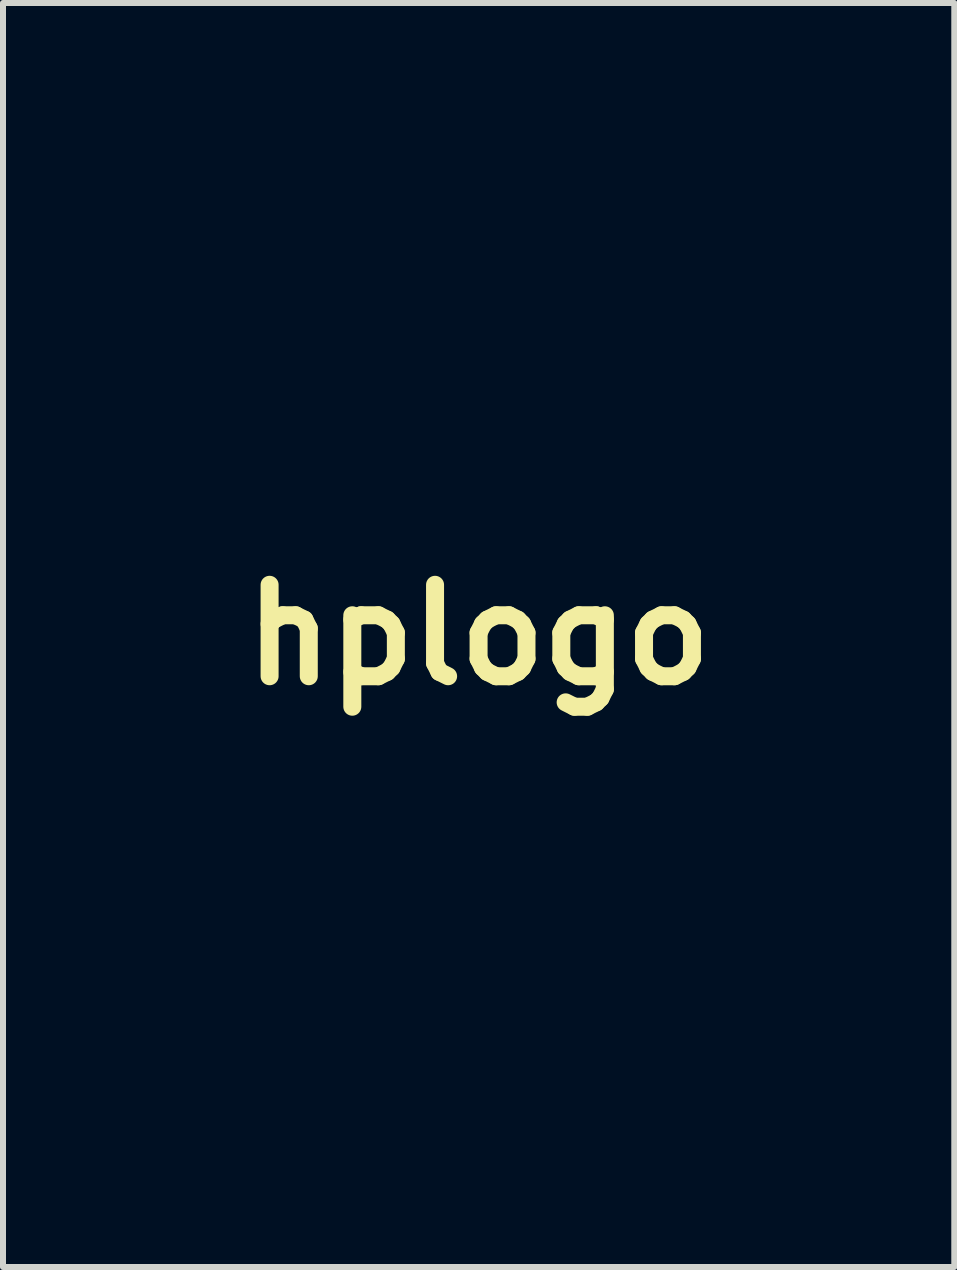
<source format=kicad_pcb>
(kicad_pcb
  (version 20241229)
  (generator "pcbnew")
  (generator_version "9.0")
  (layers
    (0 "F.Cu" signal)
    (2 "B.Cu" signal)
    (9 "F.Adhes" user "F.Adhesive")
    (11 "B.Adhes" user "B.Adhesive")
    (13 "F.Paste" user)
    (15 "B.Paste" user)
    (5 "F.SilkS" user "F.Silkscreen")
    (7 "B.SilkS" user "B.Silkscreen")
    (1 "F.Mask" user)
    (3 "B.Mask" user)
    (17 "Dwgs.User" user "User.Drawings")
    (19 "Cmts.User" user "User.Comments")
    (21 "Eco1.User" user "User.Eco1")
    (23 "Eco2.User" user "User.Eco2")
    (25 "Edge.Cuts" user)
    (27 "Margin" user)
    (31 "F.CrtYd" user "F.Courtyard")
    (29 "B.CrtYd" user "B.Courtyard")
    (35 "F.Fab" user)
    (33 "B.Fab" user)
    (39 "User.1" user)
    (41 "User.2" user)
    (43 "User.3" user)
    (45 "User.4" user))
  (footprint "hplogo"
    (layer "F.Cu")
    (at 4.927 7.532)
    (property "Reference" "hplogo" (at 0 0 0) (layer "F.SilkS") (effects (font (size 1.524 1.524) (thickness 0.3))))
    (attr board_only exclude_from_pos_files exclude_from_bom)
    (fp_poly (pts (xy -0.377 -7.532) (xy -0.378 -7.524) (xy -0.382 -7.5) (xy -0.388 -7.461) (xy -0.396 -7.408) (xy -0.407 -7.343) (xy -0.42 -7.265) (xy -0.435 -7.176) (xy -0.452 -7.077) (xy -0.471 -6.968) (xy -0.491 -6.851) (xy -0.512 -6.726) (xy -0.535 -6.594) (xy -0.558 -6.456) (xy -0.583 -6.313) (xy -0.603 -6.2) (xy -0.628 -6.054) (xy -0.652 -5.912) (xy -0.676 -5.776) (xy -0.698 -5.645) (xy -0.72 -5.522) (xy -0.739 -5.407) (xy -0.758 -5.301) (xy -0.774 -5.204) (xy -0.789 -5.118) (xy -0.801 -5.043) (xy -0.812 -4.98) (xy -0.82 -4.931) (xy -0.826 -4.896) (xy -0.829 -4.875) (xy -0.83 -4.871) (xy -0.821 -4.871) (xy -0.801 -4.873) (xy -0.783 -4.876) (xy -0.673 -4.893) (xy -0.55 -4.908) (xy -0.418 -4.919) (xy -0.278 -4.928) (xy -0.135 -4.933) (xy 0.008 -4.935) (xy 0.149 -4.934) (xy 0.283 -4.93) (xy 0.397 -4.922) (xy 0.68 -4.891) (xy 0.958 -4.845) (xy 1.233 -4.782) (xy 1.505 -4.703) (xy 1.775 -4.608) (xy 1.887 -4.563) (xy 1.948 -4.537) (xy 2.02 -4.504) (xy 2.099 -4.466) (xy 2.181 -4.426) (xy 2.265 -4.384) (xy 2.345 -4.342) (xy 2.418 -4.303) (xy 2.481 -4.267) (xy 2.508 -4.251) (xy 2.685 -4.141) (xy 2.85 -4.028) (xy 3.007 -3.912) (xy 3.159 -3.788) (xy 3.309 -3.654) (xy 3.462 -3.507) (xy 3.475 -3.493) (xy 3.562 -3.406) (xy 3.639 -3.325) (xy 3.708 -3.249) (xy 3.773 -3.174) (xy 3.837 -3.097) (xy 3.902 -3.013) (xy 3.938 -2.966) (xy 4.102 -2.734) (xy 4.252 -2.495) (xy 4.387 -2.248) (xy 4.508 -1.995) (xy 4.613 -1.735) (xy 4.704 -1.47) (xy 4.78 -1.201) (xy 4.841 -0.928) (xy 4.886 -0.651) (xy 4.915 -0.372) (xy 4.929 -0.091) (xy 4.927 0.191) (xy 4.909 0.474) (xy 4.874 0.756) (xy 4.837 0.971) (xy 4.774 1.249) (xy 4.695 1.522) (xy 4.601 1.789) (xy 4.492 2.049) (xy 4.369 2.303) (xy 4.231 2.55) (xy 4.079 2.788) (xy 3.914 3.018) (xy 3.736 3.238) (xy 3.545 3.448) (xy 3.342 3.648) (xy 3.146 3.82) (xy 2.925 3.994) (xy 2.695 4.154) (xy 2.455 4.302) (xy 2.209 4.435) (xy 1.955 4.554) (xy 1.696 4.658) (xy 1.431 4.747) (xy 1.163 4.821) (xy 0.891 4.879) (xy 0.689 4.911) (xy 0.643 4.917) (xy 0.604 4.923) (xy 0.573 4.929) (xy 0.554 4.933) (xy 0.549 4.934) (xy 0.547 4.943) (xy 0.541 4.967) (xy 0.534 5.006) (xy 0.523 5.058) (xy 0.51 5.123) (xy 0.495 5.2) (xy 0.478 5.287) (xy 0.459 5.385) (xy 0.439 5.492) (xy 0.416 5.606) (xy 0.393 5.728) (xy 0.368 5.857) (xy 0.343 5.991) (xy 0.317 6.127) (xy 0.29 6.265) (xy 0.265 6.399) (xy 0.24 6.527) (xy 0.217 6.649) (xy 0.195 6.763) (xy 0.175 6.87) (xy 0.156 6.967) (xy 0.139 7.054) (xy 0.125 7.131) (xy 0.112 7.195) (xy 0.102 7.247) (xy 0.095 7.285) (xy 0.09 7.309) (xy 0.088 7.317) (xy 0.08 7.32) (xy 0.059 7.327) (xy 0.026 7.337) (xy -0.015 7.349) (xy -0.062 7.364) (xy -0.067 7.365) (xy -0.126 7.383) (xy -0.194 7.405) (xy -0.267 7.428) (xy -0.338 7.451) (xy -0.396 7.47) (xy -0.463 7.492) (xy -0.517 7.509) (xy -0.56 7.52) (xy -0.596 7.528) (xy -0.626 7.532) (xy -0.635 7.533) (xy -0.668 7.535) (xy -0.687 7.535) (xy -0.697 7.533) (xy -0.7 7.526) (xy -0.7 7.522) (xy -0.699 7.512) (xy -0.694 7.486) (xy -0.688 7.447) (xy -0.679 7.395) (xy -0.668 7.333) (xy -0.655 7.262) (xy -0.641 7.182) (xy -0.626 7.096) (xy -0.61 7.006) (xy -0.605 6.977) (xy -0.588 6.882) (xy -0.568 6.774) (xy -0.547 6.654) (xy -0.524 6.526) (xy -0.5 6.391) (xy -0.475 6.254) (xy -0.45 6.115) (xy -0.426 5.979) (xy -0.402 5.847) (xy -0.38 5.722) (xy -0.379 5.719) (xy -0.36 5.61) (xy -0.341 5.506) (xy -0.324 5.408) (xy -0.307 5.317) (xy -0.292 5.234) (xy -0.279 5.16) (xy -0.268 5.097) (xy -0.258 5.045) (xy -0.251 5.006) (xy -0.247 4.981) (xy -0.245 4.972) (xy -0.244 4.966) (xy -0.247 4.961) (xy -0.256 4.957) (xy -0.272 4.954) (xy -0.3 4.951) (xy -0.34 4.948) (xy -0.375 4.945) (xy -0.659 4.915) (xy -0.94 4.869) (xy -1.215 4.807) (xy -1.486 4.73) (xy -1.751 4.638) (xy -2.01 4.53) (xy -2.263 4.408) (xy -2.508 4.271) (xy -2.746 4.12) (xy -2.975 3.955) (xy -3.196 3.777) (xy -3.408 3.584) (xy -3.611 3.379) (xy -3.726 3.251) (xy -3.897 3.042) (xy -4.058 2.821) (xy -4.207 2.59) (xy -4.344 2.349) (xy -4.468 2.102) (xy -4.578 1.849) (xy -4.673 1.591) (xy -4.737 1.386) (xy -4.799 1.148) (xy -4.848 0.914) (xy -4.885 0.681) (xy -4.911 0.445) (xy -4.924 0.202) (xy -4.927 0.06) (xy -4.71 0.06) (xy -4.707 0.188) (xy -4.689 0.466) (xy -4.656 0.739) (xy -4.606 1.008) (xy -4.542 1.272) (xy -4.463 1.53) (xy -4.37 1.783) (xy -4.263 2.028) (xy -4.143 2.267) (xy -4.009 2.497) (xy -3.863 2.72) (xy -3.705 2.934) (xy -3.535 3.139) (xy -3.354 3.334) (xy -3.162 3.518) (xy -2.959 3.692) (xy -2.746 3.855) (xy -2.524 4.005) (xy -2.292 4.144) (xy -2.051 4.269) (xy -1.802 4.381) (xy -1.545 4.48) (xy -1.28 4.564) (xy -1.233 4.577) (xy -1.123 4.605) (xy -1.006 4.631) (xy -0.885 4.656) (xy -0.762 4.678) (xy -0.64 4.697) (xy -0.523 4.713) (xy -0.414 4.724) (xy -0.316 4.732) (xy -0.258 4.734) (xy -0.203 4.735) (xy -0.155 4.466) (xy -0.096 4.134) (xy -0.037 3.801) (xy 0.022 3.467) (xy 0.081 3.133) (xy 0.14 2.801) (xy 0.198 2.47) (xy 0.256 2.143) (xy 0.313 1.819) (xy 0.36 1.548) (xy 1.125 1.548) (xy 1.126 1.583) (xy 1.128 1.606) (xy 1.133 1.622) (xy 1.143 1.637) (xy 1.146 1.641) (xy 1.175 1.664) (xy 1.202 1.675) (xy 1.223 1.677) (xy 1.257 1.679) (xy 1.302 1.68) (xy 1.355 1.68) (xy 1.412 1.679) (xy 1.471 1.677) (xy 1.528 1.674) (xy 1.581 1.671) (xy 1.626 1.668) (xy 1.637 1.667) (xy 1.694 1.659) (xy 1.737 1.65) (xy 1.773 1.636) (xy 1.806 1.616) (xy 1.839 1.589) (xy 1.849 1.579) (xy 1.871 1.558) (xy 1.89 1.536) (xy 1.908 1.513) (xy 1.923 1.486) (xy 1.938 1.455) (xy 1.952 1.419) (xy 1.966 1.376) (xy 1.979 1.325) (xy 1.993 1.265) (xy 2.008 1.194) (xy 2.024 1.111) (xy 2.041 1.015) (xy 2.06 0.905) (xy 2.074 0.821) (xy 2.092 0.721) (xy 2.112 0.606) (xy 2.134 0.48) (xy 2.158 0.344) (xy 2.183 0.201) (xy 2.21 0.053) (xy 2.237 -0.098) (xy 2.265 -0.25) (xy 2.292 -0.4) (xy 2.319 -0.546) (xy 2.342 -0.667) (xy 2.359 -0.773) (xy 2.37 -0.865) (xy 2.374 -0.942) (xy 2.37 -1.006) (xy 2.363 -1.042) (xy 2.345 -1.094) (xy 2.317 -1.134) (xy 2.279 -1.166) (xy 2.254 -1.179) (xy 2.232 -1.19) (xy 2.211 -1.197) (xy 2.189 -1.202) (xy 2.16 -1.205) (xy 2.12 -1.207) (xy 2.104 -1.207) (xy 2.046 -1.208) (xy 1.997 -1.205) (xy 1.954 -1.196) (xy 1.91 -1.182) (xy 1.861 -1.159) (xy 1.83 -1.144) (xy 1.753 -1.097) (xy 1.704 -1.055) (xy 1.674 -1.024) (xy 1.648 -0.994) (xy 1.627 -0.962) (xy 1.607 -0.926) (xy 1.59 -0.884) (xy 1.572 -0.834) (xy 1.554 -0.772) (xy 1.534 -0.697) (xy 1.529 -0.681) (xy 1.518 -0.638) (xy 1.507 -0.594) (xy 1.497 -0.549) (xy 1.486 -0.501) (xy 1.475 -0.449) (xy 1.464 -0.391) (xy 1.451 -0.327) (xy 1.437 -0.254) (xy 1.422 -0.172) (xy 1.405 -0.078) (xy 1.386 0.028) (xy 1.365 0.147) (xy 1.346 0.254) (xy 1.328 0.353) (xy 1.31 0.454) (xy 1.292 0.556) (xy 1.275 0.655) (xy 1.258 0.749) (xy 1.242 0.835) (xy 1.228 0.912) (xy 1.217 0.976) (xy 1.211 1.004) (xy 1.193 1.105) (xy 1.177 1.191) (xy 1.164 1.263) (xy 1.153 1.323) (xy 1.145 1.373) (xy 1.138 1.414) (xy 1.133 1.447) (xy 1.13 1.475) (xy 1.127 1.497) (xy 1.126 1.517) (xy 1.125 1.535) (xy 1.125 1.548) (xy 0.36 1.548) (xy 0.369 1.501) (xy 0.423 1.188) (xy 0.477 0.881) (xy 0.529 0.582) (xy 0.579 0.292) (xy 0.628 0.011) (xy 0.675 -0.26) (xy 0.72 -0.52) (xy 0.762 -0.768) (xy 0.802 -1.002) (xy 0.84 -1.223) (xy 0.875 -1.429) (xy 0.9 -1.576) (xy 0.916 -1.674) (xy 0.932 -1.767) (xy 0.947 -1.855) (xy 0.961 -1.936) (xy 0.973 -2.009) (xy 0.984 -2.071) (xy 0.993 -2.123) (xy 1 -2.161) (xy 1.004 -2.186) (xy 1.006 -2.196) (xy 1.008 -2.201) (xy 1.011 -2.206) (xy 1.017 -2.212) (xy 1.026 -2.217) (xy 1.042 -2.224) (xy 1.063 -2.232) (xy 1.093 -2.242) (xy 1.133 -2.254) (xy 1.183 -2.269) (xy 1.245 -2.288) (xy 1.321 -2.31) (xy 1.39 -2.33) (xy 1.477 -2.355) (xy 1.55 -2.376) (xy 1.61 -2.393) (xy 1.657 -2.407) (xy 1.694 -2.417) (xy 1.722 -2.423) (xy 1.741 -2.427) (xy 1.754 -2.429) (xy 1.762 -2.429) (xy 1.765 -2.426) (xy 1.766 -2.423) (xy 1.766 -2.422) (xy 1.765 -2.41) (xy 1.761 -2.384) (xy 1.756 -2.345) (xy 1.748 -2.295) (xy 1.739 -2.237) (xy 1.729 -2.172) (xy 1.718 -2.102) (xy 1.718 -2.099) (xy 1.707 -2.029) (xy 1.698 -1.966) (xy 1.689 -1.909) (xy 1.682 -1.862) (xy 1.677 -1.825) (xy 1.674 -1.802) (xy 1.673 -1.792) (xy 1.673 -1.792) (xy 1.68 -1.796) (xy 1.701 -1.806) (xy 1.73 -1.821) (xy 1.767 -1.84) (xy 1.794 -1.854) (xy 1.872 -1.893) (xy 1.942 -1.922) (xy 2.01 -1.943) (xy 2.078 -1.957) (xy 2.15 -1.965) (xy 2.232 -1.967) (xy 2.302 -1.965) (xy 2.429 -1.956) (xy 2.544 -1.939) (xy 2.651 -1.913) (xy 2.752 -1.878) (xy 2.821 -1.847) (xy 2.885 -1.812) (xy 2.936 -1.776) (xy 2.976 -1.737) (xy 3.01 -1.69) (xy 3.034 -1.646) (xy 3.059 -1.59) (xy 3.081 -1.534) (xy 3.1 -1.477) (xy 3.116 -1.418) (xy 3.128 -1.356) (xy 3.136 -1.289) (xy 3.142 -1.217) (xy 3.144 -1.139) (xy 3.142 -1.053) (xy 3.138 -0.959) (xy 3.129 -0.855) (xy 3.118 -0.741) (xy 3.103 -0.615) (xy 3.084 -0.476) (xy 3.063 -0.323) (xy 3.037 -0.155) (xy 3.029 -0.1) (xy 3.017 -0.024) (xy 3.003 0.063) (xy 2.987 0.157) (xy 2.97 0.259) (xy 2.951 0.365) (xy 2.932 0.476) (xy 2.912 0.588) (xy 2.892 0.7) (xy 2.872 0.812) (xy 2.852 0.921) (xy 2.833 1.025) (xy 2.815 1.123) (xy 2.798 1.214) (xy 2.782 1.296) (xy 2.768 1.367) (xy 2.756 1.425) (xy 2.746 1.47) (xy 2.742 1.488) (xy 2.707 1.62) (xy 2.67 1.737) (xy 2.631 1.841) (xy 2.589 1.934) (xy 2.543 2.017) (xy 2.491 2.092) (xy 2.434 2.16) (xy 2.38 2.215) (xy 2.302 2.283) (xy 2.221 2.339) (xy 2.136 2.385) (xy 2.042 2.423) (xy 1.939 2.453) (xy 1.829 2.476) (xy 1.774 2.485) (xy 1.717 2.492) (xy 1.657 2.499) (xy 1.592 2.504) (xy 1.518 2.508) (xy 1.435 2.512) (xy 1.338 2.514) (xy 1.271 2.516) (xy 1.005 2.522) (xy 0.798 3.608) (xy 0.773 3.74) (xy 0.748 3.868) (xy 0.725 3.99) (xy 0.704 4.105) (xy 0.683 4.214) (xy 0.665 4.313) (xy 0.648 4.404) (xy 0.633 4.484) (xy 0.62 4.553) (xy 0.61 4.61) (xy 0.602 4.654) (xy 0.597 4.683) (xy 0.595 4.698) (xy 0.595 4.699) (xy 0.605 4.7) (xy 0.629 4.698) (xy 0.665 4.694) (xy 0.71 4.687) (xy 0.761 4.679) (xy 0.817 4.67) (xy 0.875 4.659) (xy 0.921 4.65) (xy 1.189 4.589) (xy 1.451 4.512) (xy 1.708 4.421) (xy 1.957 4.315) (xy 2.2 4.194) (xy 2.434 4.061) (xy 2.661 3.914) (xy 2.878 3.756) (xy 3.086 3.585) (xy 3.284 3.402) (xy 3.472 3.208) (xy 3.648 3.004) (xy 3.813 2.79) (xy 3.966 2.566) (xy 4.106 2.333) (xy 4.233 2.092) (xy 4.346 1.842) (xy 4.445 1.584) (xy 4.482 1.473) (xy 4.559 1.21) (xy 4.62 0.946) (xy 4.665 0.679) (xy 4.695 0.408) (xy 4.709 0.132) (xy 4.708 -0.15) (xy 4.707 -0.169) (xy 4.69 -0.447) (xy 4.656 -0.722) (xy 4.606 -0.994) (xy 4.54 -1.261) (xy 4.459 -1.524) (xy 4.361 -1.783) (xy 4.249 -2.036) (xy 4.121 -2.283) (xy 3.979 -2.523) (xy 3.821 -2.757) (xy 3.649 -2.983) (xy 3.604 -3.038) (xy 3.565 -3.084) (xy 3.515 -3.138) (xy 3.458 -3.199) (xy 3.396 -3.263) (xy 3.33 -3.33) (xy 3.263 -3.396) (xy 3.198 -3.46) (xy 3.136 -3.518) (xy 3.081 -3.569) (xy 3.034 -3.611) (xy 3.025 -3.617) (xy 2.8 -3.794) (xy 2.568 -3.956) (xy 2.33 -4.102) (xy 2.085 -4.233) (xy 1.833 -4.349) (xy 1.575 -4.449) (xy 1.31 -4.534) (xy 1.039 -4.604) (xy 0.762 -4.658) (xy 0.478 -4.697) (xy 0.471 -4.698) (xy 0.412 -4.703) (xy 0.339 -4.707) (xy 0.257 -4.711) (xy 0.168 -4.714) (xy 0.076 -4.716) (xy -0.016 -4.717) (xy -0.105 -4.717) (xy -0.186 -4.715) (xy -0.257 -4.713) (xy -0.304 -4.711) (xy -0.37 -4.705) (xy -0.439 -4.699) (xy -0.509 -4.692) (xy -0.579 -4.684) (xy -0.646 -4.676) (xy -0.708 -4.667) (xy -0.762 -4.659) (xy -0.808 -4.652) (xy -0.842 -4.645) (xy -0.863 -4.639) (xy -0.868 -4.636) (xy -0.87 -4.628) (xy -0.875 -4.604) (xy -0.882 -4.566) (xy -0.891 -4.514) (xy -0.902 -4.45) (xy -0.916 -4.375) (xy -0.931 -4.29) (xy -0.947 -4.196) (xy -0.966 -4.093) (xy -0.985 -3.984) (xy -1.005 -3.868) (xy -1.026 -3.747) (xy -1.048 -3.623) (xy -1.07 -3.495) (xy -1.093 -3.366) (xy -1.115 -3.236) (xy -1.138 -3.105) (xy -1.16 -2.977) (xy -1.182 -2.85) (xy -1.204 -2.727) (xy -1.224 -2.608) (xy -1.244 -2.494) (xy -1.262 -2.387) (xy -1.279 -2.287) (xy -1.295 -2.195) (xy -1.309 -2.113) (xy -1.321 -2.042) (xy -1.331 -1.982) (xy -1.339 -1.935) (xy -1.344 -1.902) (xy -1.347 -1.883) (xy -1.348 -1.879) (xy -1.34 -1.881) (xy -1.319 -1.887) (xy -1.288 -1.897) (xy -1.251 -1.909) (xy -1.246 -1.91) (xy -1.165 -1.934) (xy -1.077 -1.954) (xy -0.986 -1.971) (xy -0.894 -1.985) (xy -0.805 -1.994) (xy -0.725 -1.998) (xy -0.656 -1.997) (xy -0.65 -1.996) (xy -0.538 -1.979) (xy -0.43 -1.948) (xy -0.33 -1.902) (xy -0.238 -1.843) (xy -0.155 -1.772) (xy -0.103 -1.714) (xy -0.059 -1.653) (xy -0.02 -1.588) (xy 0.01 -1.525) (xy 0.028 -1.475) (xy 0.046 -1.392) (xy 0.059 -1.295) (xy 0.067 -1.186) (xy 0.069 -1.066) (xy 0.065 -0.939) (xy 0.056 -0.805) (xy 0.042 -0.668) (xy 0.037 -0.636) (xy 0.029 -0.589) (xy 0.019 -0.529) (xy 0.006 -0.459) (xy -0.009 -0.379) (xy -0.025 -0.292) (xy -0.043 -0.199) (xy -0.061 -0.103) (xy -0.081 -0.004) (xy -0.088 0.032) (xy -0.122 0.201) (xy -0.155 0.372) (xy -0.189 0.543) (xy -0.222 0.712) (xy -0.254 0.88) (xy -0.286 1.044) (xy -0.316 1.203) (xy -0.345 1.356) (xy -0.373 1.503) (xy -0.399 1.641) (xy -0.423 1.769) (xy -0.444 1.888) (xy -0.463 1.994) (xy -0.48 2.087) (xy -0.493 2.166) (xy -0.501 2.217) (xy -0.513 2.287) (xy -0.896 2.405) (xy -0.972 2.429) (xy -1.044 2.45) (xy -1.109 2.47) (xy -1.166 2.487) (xy -1.213 2.5) (xy -1.249 2.51) (xy -1.272 2.516) (xy -1.281 2.518) (xy -1.281 2.518) (xy -1.28 2.509) (xy -1.277 2.485) (xy -1.27 2.446) (xy -1.262 2.392) (xy -1.251 2.326) (xy -1.238 2.247) (xy -1.223 2.156) (xy -1.206 2.054) (xy -1.188 1.942) (xy -1.168 1.821) (xy -1.146 1.691) (xy -1.124 1.553) (xy -1.1 1.408) (xy -1.074 1.257) (xy -1.048 1.101) (xy -1.022 0.94) (xy -1.012 0.883) (xy -0.98 0.69) (xy -0.95 0.513) (xy -0.923 0.35) (xy -0.899 0.202) (xy -0.876 0.068) (xy -0.856 -0.054) (xy -0.838 -0.164) (xy -0.822 -0.262) (xy -0.808 -0.35) (xy -0.795 -0.428) (xy -0.784 -0.497) (xy -0.775 -0.558) (xy -0.767 -0.61) (xy -0.76 -0.656) (xy -0.754 -0.696) (xy -0.749 -0.731) (xy -0.746 -0.76) (xy -0.743 -0.786) (xy -0.74 -0.809) (xy -0.739 -0.829) (xy -0.737 -0.847) (xy -0.736 -0.864) (xy -0.736 -0.881) (xy -0.736 -0.885) (xy -0.734 -0.955) (xy -0.735 -1.011) (xy -0.74 -1.055) (xy -0.749 -1.089) (xy -0.762 -1.115) (xy -0.781 -1.135) (xy -0.806 -1.152) (xy -0.82 -1.16) (xy -0.881 -1.184) (xy -0.952 -1.197) (xy -1.028 -1.2) (xy -1.106 -1.194) (xy -1.182 -1.178) (xy -1.253 -1.154) (xy -1.314 -1.122) (xy -1.339 -1.104) (xy -1.378 -1.064) (xy -1.418 -1.01) (xy -1.456 -0.943) (xy -1.492 -0.866) (xy -1.525 -0.782) (xy -1.553 -0.691) (xy -1.554 -0.687) (xy -1.561 -0.659) (xy -1.572 -0.614) (xy -1.585 -0.554) (xy -1.602 -0.477) (xy -1.622 -0.384) (xy -1.645 -0.275) (xy -1.671 -0.151) (xy -1.7 -0.011) (xy -1.733 0.145) (xy -1.768 0.316) (xy -1.806 0.502) (xy -1.848 0.704) (xy -1.892 0.92) (xy -1.939 1.152) (xy -1.99 1.399) (xy -2.017 1.534) (xy -2.038 1.636) (xy -2.058 1.734) (xy -2.077 1.825) (xy -2.094 1.91) (xy -2.11 1.986) (xy -2.124 2.053) (xy -2.136 2.109) (xy -2.146 2.152) (xy -2.152 2.183) (xy -2.156 2.198) (xy -2.157 2.2) (xy -2.165 2.205) (xy -2.187 2.215) (xy -2.221 2.229) (xy -2.265 2.248) (xy -2.317 2.269) (xy -2.376 2.293) (xy -2.439 2.319) (xy -2.505 2.346) (xy -2.572 2.373) (xy -2.639 2.4) (xy -2.703 2.426) (xy -2.763 2.449) (xy -2.817 2.47) (xy -2.863 2.488) (xy -2.9 2.502) (xy -2.925 2.511) (xy -2.938 2.515) (xy -2.938 2.515) (xy -2.937 2.507) (xy -2.933 2.483) (xy -2.926 2.443) (xy -2.916 2.389) (xy -2.904 2.32) (xy -2.89 2.238) (xy -2.873 2.143) (xy -2.853 2.035) (xy -2.832 1.914) (xy -2.808 1.783) (xy -2.783 1.64) (xy -2.756 1.486) (xy -2.726 1.323) (xy -2.696 1.15) (xy -2.663 0.968) (xy -2.629 0.778) (xy -2.594 0.58) (xy -2.557 0.375) (xy -2.519 0.163) (xy -2.48 -0.055) (xy -2.44 -0.279) (xy -2.399 -0.508) (xy -2.357 -0.742) (xy -2.321 -0.942) (xy -2.279 -1.179) (xy -2.237 -1.412) (xy -2.196 -1.641) (xy -2.156 -1.864) (xy -2.118 -2.081) (xy -2.08 -2.292) (xy -2.043 -2.496) (xy -2.008 -2.693) (xy -1.974 -2.882) (xy -1.942 -3.062) (xy -1.912 -3.233) (xy -1.883 -3.395) (xy -1.856 -3.547) (xy -1.83 -3.688) (xy -1.807 -3.818) (xy -1.786 -3.937) (xy -1.767 -4.043) (xy -1.751 -4.136) (xy -1.736 -4.216) (xy -1.725 -4.283) (xy -1.715 -4.335) (xy -1.709 -4.372) (xy -1.705 -4.393) (xy -1.704 -4.399) (xy -1.712 -4.398) (xy -1.733 -4.39) (xy -1.765 -4.377) (xy -1.805 -4.361) (xy -1.851 -4.341) (xy -1.9 -4.319) (xy -1.951 -4.296) (xy -1.977 -4.284) (xy -2.215 -4.166) (xy -2.45 -4.031) (xy -2.679 -3.881) (xy -2.903 -3.716) (xy -3.029 -3.615) (xy -3.073 -3.576) (xy -3.126 -3.528) (xy -3.186 -3.471) (xy -3.25 -3.409) (xy -3.316 -3.344) (xy -3.381 -3.278) (xy -3.444 -3.213) (xy -3.502 -3.152) (xy -3.553 -3.097) (xy -3.594 -3.05) (xy -3.603 -3.039) (xy -3.749 -2.856) (xy -3.881 -2.674) (xy -4.001 -2.489) (xy -4.113 -2.299) (xy -4.217 -2.1) (xy -4.335 -1.845) (xy -4.437 -1.586) (xy -4.523 -1.322) (xy -4.593 -1.054) (xy -4.646 -0.782) (xy -4.684 -0.505) (xy -4.705 -0.225) (xy -4.71 0.06) (xy -4.927 0.06) (xy -4.927 0.008) (xy -4.927 -0.104) (xy -4.925 -0.204) (xy -4.921 -0.296) (xy -4.915 -0.384) (xy -4.907 -0.474) (xy -4.896 -0.569) (xy -4.891 -0.609) (xy -4.847 -0.893) (xy -4.787 -1.172) (xy -4.712 -1.447) (xy -4.621 -1.715) (xy -4.516 -1.977) (xy -4.395 -2.232) (xy -4.261 -2.479) (xy -4.112 -2.719) (xy -3.95 -2.95) (xy -3.774 -3.173) (xy -3.585 -3.385) (xy -3.383 -3.588) (xy -3.169 -3.78) (xy -3.039 -3.886) (xy -2.858 -4.022) (xy -2.664 -4.153) (xy -2.46 -4.277) (xy -2.251 -4.392) (xy -2.039 -4.496) (xy -1.829 -4.587) (xy -1.748 -4.618) (xy -1.709 -4.633) (xy -1.684 -4.644) (xy -1.668 -4.654) (xy -1.66 -4.664) (xy -1.656 -4.674) (xy -1.654 -4.685) (xy -1.649 -4.711) (xy -1.641 -4.752) (xy -1.631 -4.806) (xy -1.619 -4.874) (xy -1.605 -4.953) (xy -1.588 -5.044) (xy -1.57 -5.144) (xy -1.55 -5.254) (xy -1.529 -5.372) (xy -1.506 -5.498) (xy -1.483 -5.63) (xy -1.458 -5.768) (xy -1.432 -5.911) (xy -1.416 -6.002) (xy -1.39 -6.147) (xy -1.365 -6.287) (xy -1.341 -6.423) (xy -1.318 -6.552) (xy -1.296 -6.674) (xy -1.275 -6.788) (xy -1.256 -6.893) (xy -1.238 -6.988) (xy -1.223 -7.073) (xy -1.209 -7.147) (xy -1.198 -7.208) (xy -1.189 -7.255) (xy -1.182 -7.289) (xy -1.178 -7.308) (xy -1.177 -7.312) (xy -1.168 -7.315) (xy -1.145 -7.322) (xy -1.109 -7.333) (xy -1.063 -7.346) (xy -1.009 -7.362) (xy -0.948 -7.379) (xy -0.882 -7.397) (xy -0.814 -7.416) (xy -0.744 -7.435) (xy -0.676 -7.454) (xy -0.61 -7.472) (xy -0.548 -7.489) (xy -0.494 -7.503) (xy -0.447 -7.515) (xy -0.411 -7.525) (xy -0.387 -7.53) (xy -0.377 -7.532)) (stroke (width 0) (type solid)) (fill yes) (layer "F.Mask")))
  (gr_rect
    (start -3 -3)
    (end 12.856 18.068)
    (stroke (width 0.1) (type default))
    (fill no)
    (layer "Edge.Cuts")))
</source>
